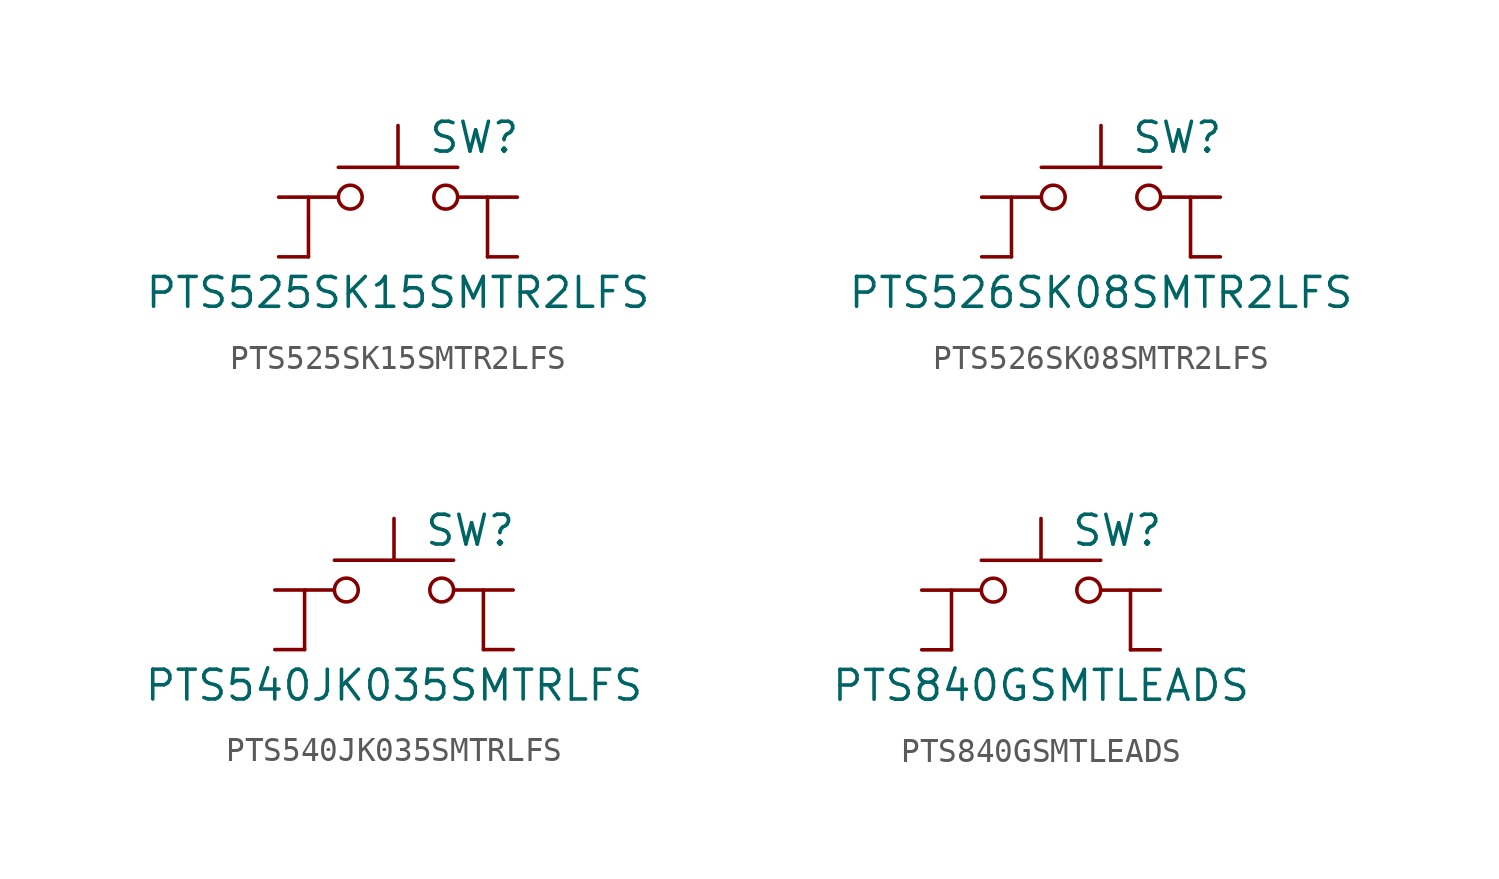
<source format=kicad_sym>
(kicad_symbol_lib
  (version 20211014)
  (generator kicad_symbol_editor)
  (symbol "PTS525SK15SMTR2LFS"
    (pin_numbers hide)
    (pin_names
      (offset 1.016) hide)
    (property "Reference" "SW"
      (at 1.27 2.54 0)
      (effects (font (size 1.27 1.27)) (justify left)))
    (property "Value" "PTS525SK15SMTR2LFS"
      (at 0 -4.064 0)
      (effects (font (size 1.27 1.27))))
    (symbol "PTS525SK15SMTR2LFS_0_1"
      (circle (center -2.032 0) (radius 0.508) (stroke (width 0) (type default) (color 0 0 0 0)) (fill (type none)))
      (polyline (pts (xy 0 1.27) (xy 0 3.048)) (stroke (width 0) (type default) (color 0 0 0 0)) (fill (type none)))
      (polyline (pts (xy 2.54 1.27) (xy -2.54 1.27)) (stroke (width 0) (type default) (color 0 0 0 0)) (fill (type none)))
      (polyline (pts (xy -3.81 -2.54) (xy -3.81 0) (xy -3.81 -0.762)) (stroke (width 0) (type default) (color 0 0 0 0)) (fill (type none)))
      (polyline (pts (xy 3.81 -2.54) (xy 3.81 0) (xy 3.81 -0.762)) (stroke (width 0) (type default) (color 0 0 0 0)) (fill (type none)))
      (circle (center 2.032 0) (radius 0.508) (stroke (width 0) (type default) (color 0 0 0 0)) (fill (type none)))
      (pin passive line (at -5.08 0 0) (length 2.54) (name "1" (effects (font (size 1.27 1.27)))) (number "1" (effects (font (size 1.27 1.27)))))
      (pin passive line (at -5.08 -2.54 0) (length 1.27) (name "2" (effects (font (size 1.27 1.27)))) (number "2" (effects (font (size 1.27 1.27)))))
      (pin passive line (at 5.08 0 180) (length 2.54) (name "3" (effects (font (size 1.27 1.27)))) (number "3" (effects (font (size 1.27 1.27)))))
      (pin passive line (at 5.08 -2.54 180) (length 1.27) (name "4" (effects (font (size 1.27 1.27)))) (number "4" (effects (font (size 1.27 1.27)))))))
  (symbol "PTS526SK08SMTR2LFS"
    (pin_numbers hide)
    (pin_names
      (offset 1.016) hide)
    (property "Reference" "SW"
      (at 1.27 2.54 0)
      (effects (font (size 1.27 1.27)) (justify left)))
    (property "Value" "PTS526SK08SMTR2LFS"
      (at 0 -4.064 0)
      (effects (font (size 1.27 1.27))))
    (symbol "PTS526SK08SMTR2LFS_0_1"
      (circle (center -2.032 0) (radius 0.508) (stroke (width 0) (type default) (color 0 0 0 0)) (fill (type none)))
      (polyline (pts (xy 0 1.27) (xy 0 3.048)) (stroke (width 0) (type default) (color 0 0 0 0)) (fill (type none)))
      (polyline (pts (xy 2.54 1.27) (xy -2.54 1.27)) (stroke (width 0) (type default) (color 0 0 0 0)) (fill (type none)))
      (polyline (pts (xy -3.81 -2.54) (xy -3.81 0) (xy -3.81 -0.762)) (stroke (width 0) (type default) (color 0 0 0 0)) (fill (type none)))
      (polyline (pts (xy 3.81 -2.54) (xy 3.81 0) (xy 3.81 -0.762)) (stroke (width 0) (type default) (color 0 0 0 0)) (fill (type none)))
      (circle (center 2.032 0) (radius 0.508) (stroke (width 0) (type default) (color 0 0 0 0)) (fill (type none)))
      (pin passive line (at -5.08 0 0) (length 2.54) (name "1" (effects (font (size 1.27 1.27)))) (number "1" (effects (font (size 1.27 1.27)))))
      (pin passive line (at -5.08 -2.54 0) (length 1.27) (name "2" (effects (font (size 1.27 1.27)))) (number "2" (effects (font (size 1.27 1.27)))))
      (pin passive line (at 5.08 0 180) (length 2.54) (name "3" (effects (font (size 1.27 1.27)))) (number "3" (effects (font (size 1.27 1.27)))))
      (pin passive line (at 5.08 -2.54 180) (length 1.27) (name "4" (effects (font (size 1.27 1.27)))) (number "4" (effects (font (size 1.27 1.27)))))))
  (symbol "PTS540JK035SMTRLFS"
    (pin_numbers hide)
    (pin_names
      (offset 1.016) hide)
    (property "Reference" "SW"
      (at 1.27 2.54 0)
      (effects (font (size 1.27 1.27)) (justify left)))
    (property "Value" "PTS540JK035SMTRLFS"
      (at 0 -4.064 0)
      (effects (font (size 1.27 1.27))))
    (symbol "PTS540JK035SMTRLFS_0_1"
      (circle (center -2.032 0) (radius 0.508) (stroke (width 0) (type default) (color 0 0 0 0)) (fill (type none)))
      (polyline (pts (xy 0 1.27) (xy 0 3.048)) (stroke (width 0) (type default) (color 0 0 0 0)) (fill (type none)))
      (polyline (pts (xy 2.54 1.27) (xy -2.54 1.27)) (stroke (width 0) (type default) (color 0 0 0 0)) (fill (type none)))
      (polyline (pts (xy -3.81 -2.54) (xy -3.81 0) (xy -3.81 -0.762)) (stroke (width 0) (type default) (color 0 0 0 0)) (fill (type none)))
      (polyline (pts (xy 3.81 -2.54) (xy 3.81 0) (xy 3.81 -0.762)) (stroke (width 0) (type default) (color 0 0 0 0)) (fill (type none)))
      (circle (center 2.032 0) (radius 0.508) (stroke (width 0) (type default) (color 0 0 0 0)) (fill (type none)))
      (pin passive line (at -5.08 0 0) (length 2.54) (name "1" (effects (font (size 1.27 1.27)))) (number "1" (effects (font (size 1.27 1.27)))))
      (pin passive line (at -5.08 -2.54 0) (length 1.27) (name "2" (effects (font (size 1.27 1.27)))) (number "2" (effects (font (size 1.27 1.27)))))
      (pin passive line (at 5.08 0 180) (length 2.54) (name "3" (effects (font (size 1.27 1.27)))) (number "3" (effects (font (size 1.27 1.27)))))
      (pin passive line (at 5.08 -2.54 180) (length 1.27) (name "4" (effects (font (size 1.27 1.27)))) (number "4" (effects (font (size 1.27 1.27)))))))
  (symbol "PTS840GSMTLEADS"
    (pin_numbers hide)
    (pin_names
      (offset 1.016) hide)
    (property "Reference" "SW"
      (at 1.27 2.54 0)
      (effects (font (size 1.27 1.27)) (justify left)))
    (property "Value" "PTS840GSMTLEADS"
      (at 0 -4.064 0)
      (effects (font (size 1.27 1.27))))
    (symbol "PTS840GSMTLEADS_0_1"
      (circle (center -2.032 0) (radius 0.508) (stroke (width 0) (type default) (color 0 0 0 0)) (fill (type none)))
      (polyline (pts (xy 0 1.27) (xy 0 3.048)) (stroke (width 0) (type default) (color 0 0 0 0)) (fill (type none)))
      (polyline (pts (xy 2.54 1.27) (xy -2.54 1.27)) (stroke (width 0) (type default) (color 0 0 0 0)) (fill (type none)))
      (polyline (pts (xy -3.81 -2.54) (xy -3.81 0) (xy -3.81 -0.762)) (stroke (width 0) (type default) (color 0 0 0 0)) (fill (type none)))
      (polyline (pts (xy 3.81 -2.54) (xy 3.81 0) (xy 3.81 -0.762)) (stroke (width 0) (type default) (color 0 0 0 0)) (fill (type none)))
      (circle (center 2.032 0) (radius 0.508) (stroke (width 0) (type default) (color 0 0 0 0)) (fill (type none)))
      (pin passive line (at -5.08 0 0) (length 2.54) (name "1" (effects (font (size 1.27 1.27)))) (number "1" (effects (font (size 1.27 1.27)))))
      (pin passive line (at -5.08 -2.54 0) (length 1.27) (name "2" (effects (font (size 1.27 1.27)))) (number "2" (effects (font (size 1.27 1.27)))))
      (pin passive line (at 5.08 0 180) (length 2.54) (name "3" (effects (font (size 1.27 1.27)))) (number "3" (effects (font (size 1.27 1.27)))))
      (pin passive line (at 5.08 -2.54 180) (length 1.27) (name "4" (effects (font (size 1.27 1.27)))) (number "4" (effects (font (size 1.27 1.27))))))))
</source>
